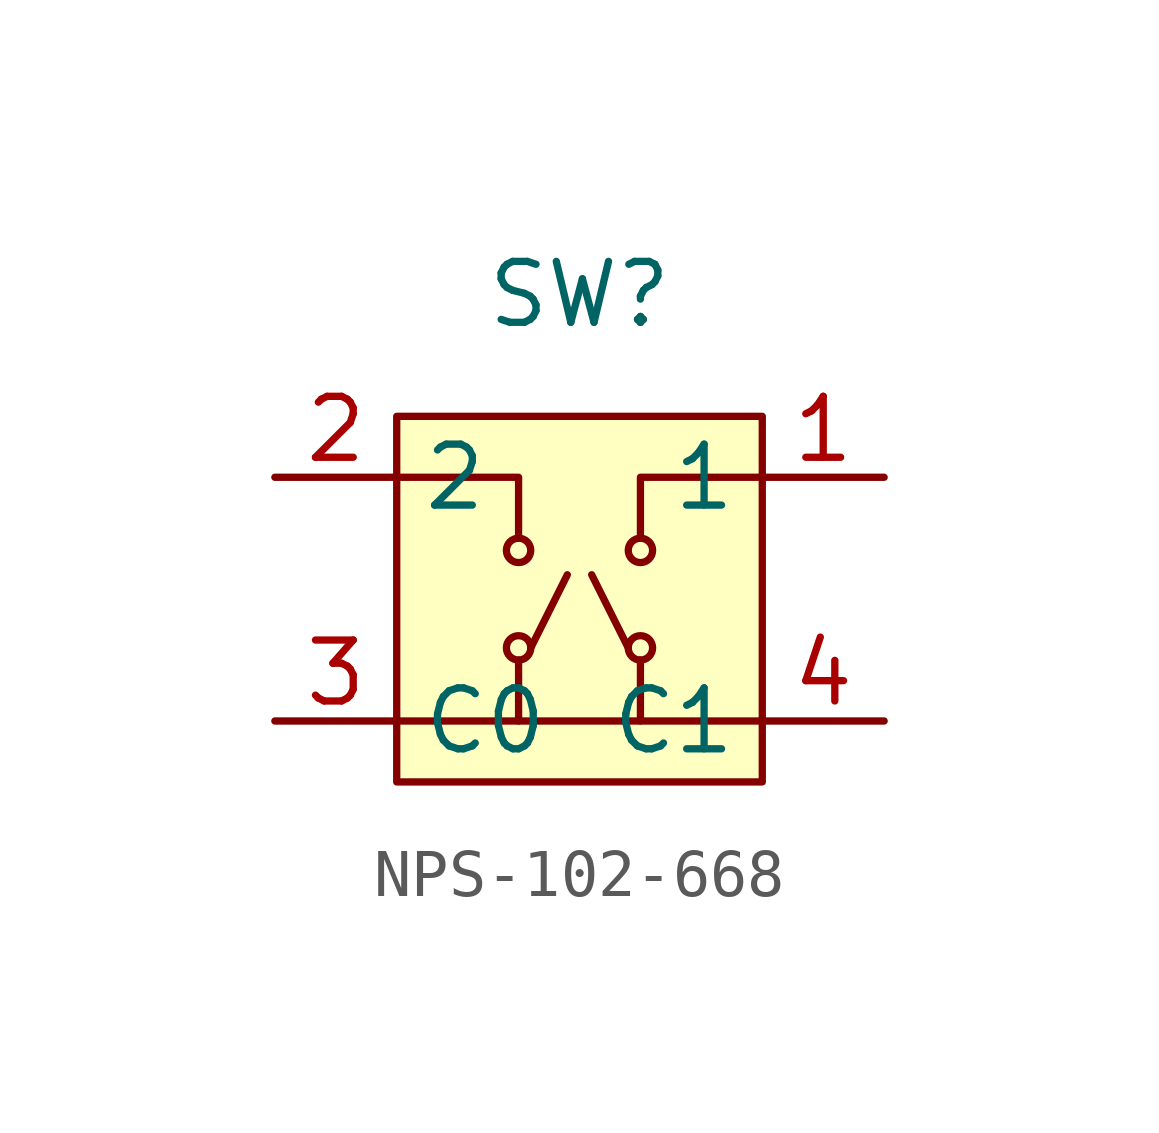
<source format=kicad_sym>
(kicad_symbol_lib
  (version 20220914)
  (generator kicad_symbol_editor)
  (symbol "NPS-102-668"
    (property "Reference" "SW"
      (at 0 6.35 0)
      (effects (font (size 1.27 1.27))))
    (property "Value" ""
      (at 0 0 0)
      (effects (font (size 1.27 1.27))))
    (symbol "NPS-102-668_0_1"
      (polyline (pts (xy 3.81 -2.54) (xy -3.81 -2.54)) (stroke (width 0) (type default)) (fill (type none))))
    (symbol "NPS-102-668_1_1"
      (rectangle (start -3.81 3.81) (end 3.81 -3.81) (stroke (width 0) (type default)) (fill (type background)))
      (circle (center -1.27 -1.016) (radius 0.254) (stroke (width 0) (type default)) (fill (type none)))
      (circle (center -1.27 1.016) (radius 0.254) (stroke (width 0) (type default)) (fill (type none)))
      (polyline (pts (xy -1.27 -2.54) (xy -1.27 -1.27)) (stroke (width 0) (type default)) (fill (type none)))
      (polyline (pts (xy -1.016 -1.016) (xy -0.254 0.508)) (stroke (width 0) (type default)) (fill (type none)))
      (polyline (pts (xy 1.016 -1.016) (xy 0.254 0.508)) (stroke (width 0) (type default)) (fill (type none)))
      (polyline (pts (xy 1.27 -2.54) (xy 1.27 -1.27)) (stroke (width 0) (type default)) (fill (type none)))
      (polyline (pts (xy -3.81 2.54) (xy -1.27 2.54) (xy -1.27 1.27)) (stroke (width 0) (type default)) (fill (type none)))
      (polyline (pts (xy 3.81 2.54) (xy 1.27 2.54) (xy 1.27 1.27)) (stroke (width 0) (type default)) (fill (type none)))
      (circle (center 1.27 -1.016) (radius 0.254) (stroke (width 0) (type default)) (fill (type none)))
      (circle (center 1.27 1.016) (radius 0.254) (stroke (width 0) (type default)) (fill (type none)))
      (pin passive line (at 6.35 2.54 180) (length 2.54) (name "1" (effects (font (size 1.27 1.27)))) (number "1" (effects (font (size 1.27 1.27)))))
      (pin passive line (at -6.35 2.54 0) (length 2.54) (name "2" (effects (font (size 1.27 1.27)))) (number "2" (effects (font (size 1.27 1.27)))))
      (pin passive line (at -6.35 -2.54 0) (length 2.54) (name "C0" (effects (font (size 1.27 1.27)))) (number "3" (effects (font (size 1.27 1.27)))))
      (pin passive line (at 6.35 -2.54 180) (length 2.54) (name "C1" (effects (font (size 1.27 1.27)))) (number "4" (effects (font (size 1.27 1.27))))))))
</source>
